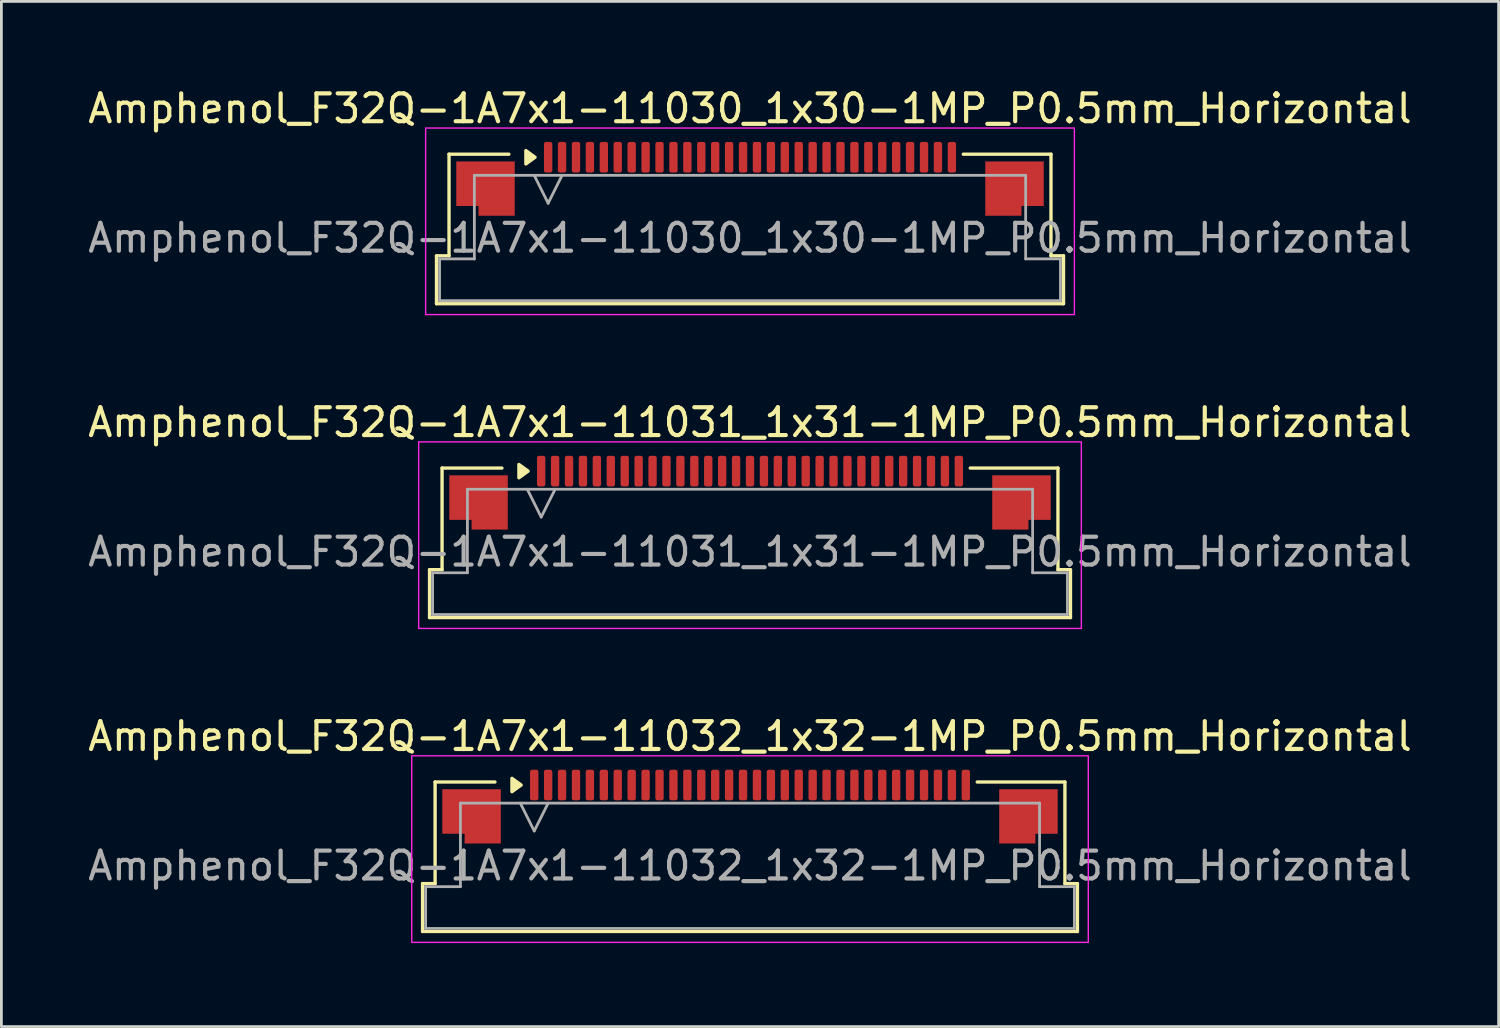
<source format=kicad_pcb>
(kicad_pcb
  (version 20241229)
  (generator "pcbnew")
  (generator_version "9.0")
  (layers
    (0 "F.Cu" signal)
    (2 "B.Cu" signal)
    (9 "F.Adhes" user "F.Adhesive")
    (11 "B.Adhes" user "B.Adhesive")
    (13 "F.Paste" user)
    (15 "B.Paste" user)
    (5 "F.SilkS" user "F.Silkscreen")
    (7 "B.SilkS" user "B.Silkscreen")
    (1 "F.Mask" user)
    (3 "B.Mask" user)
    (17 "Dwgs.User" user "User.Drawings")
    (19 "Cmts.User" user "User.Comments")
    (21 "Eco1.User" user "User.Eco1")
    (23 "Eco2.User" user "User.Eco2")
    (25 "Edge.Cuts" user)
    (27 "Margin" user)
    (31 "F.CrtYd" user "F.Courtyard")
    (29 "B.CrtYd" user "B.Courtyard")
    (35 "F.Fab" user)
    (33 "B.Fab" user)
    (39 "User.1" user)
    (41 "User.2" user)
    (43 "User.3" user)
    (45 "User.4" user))
  (footprint "Amphenol_F32Q-1A7x1-11031_1x31-1MP_P0.5mm_Horizontal"
    (layer "F.Cu")
    (at 23.887 16.771)
    (property "Reference" "Amphenol_F32Q-1A7x1-11031_1x31-1MP_P0.5mm_Horizontal" (at 0 -4.65 0) (layer "F.SilkS") (effects (font (size 1 1) (thickness 0.15))))
    (attr smd)
    (fp_line (start -11.51 0.64) (end -11.06 0.64) (stroke (width 0.12) (type solid)) (layer "F.SilkS"))
    (fp_line (start -11.51 2.36) (end -11.51 0.64) (stroke (width 0.12) (type solid)) (layer "F.SilkS"))
    (fp_line (start -11.06 -3.01) (end -8.91 -3.01) (stroke (width 0.12) (type solid)) (layer "F.SilkS"))
    (fp_line (start -11.06 0.64) (end -11.06 -3.01) (stroke (width 0.12) (type solid)) (layer "F.SilkS"))
    (fp_line (start 7.91 -3.01) (end 11.06 -3.01) (stroke (width 0.12) (type solid)) (layer "F.SilkS"))
    (fp_line (start 11.06 -3.01) (end 11.06 0.64) (stroke (width 0.12) (type solid)) (layer "F.SilkS"))
    (fp_line (start 11.06 0.64) (end 11.51 0.64) (stroke (width 0.12) (type solid)) (layer "F.SilkS"))
    (fp_line (start 11.51 0.64) (end 11.51 2.36) (stroke (width 0.12) (type solid)) (layer "F.SilkS"))
    (fp_line (start 11.51 2.36) (end -11.51 2.36) (stroke (width 0.12) (type solid)) (layer "F.SilkS"))
    (fp_poly (pts (xy -7.97 -2.9) (xy -8.3 -2.66) (xy -8.3 -3.14)) (stroke (width 0.12) (type solid)) (fill yes) (layer "F.SilkS"))
    (fp_rect (start -11.9 -3.95) (end 11.9 2.75) (stroke (width 0.05) (type solid)) (fill no) (layer "F.CrtYd"))
    (fp_line (start -11.4 0.75) (end -10.15 0.75) (stroke (width 0.1) (type solid)) (layer "F.Fab"))
    (fp_line (start -11.4 2.25) (end -11.4 0.75) (stroke (width 0.1) (type solid)) (layer "F.Fab"))
    (fp_line (start -10.15 -2.25) (end 10.15 -2.25) (stroke (width 0.1) (type solid)) (layer "F.Fab"))
    (fp_line (start -10.15 0.75) (end -10.15 -2.25) (stroke (width 0.1) (type solid)) (layer "F.Fab"))
    (fp_line (start -8 -2.25) (end -7.5 -1.25) (stroke (width 0.1) (type solid)) (layer "F.Fab"))
    (fp_line (start -7.5 -1.25) (end -7 -2.25) (stroke (width 0.1) (type solid)) (layer "F.Fab"))
    (fp_line (start 10.15 -2.25) (end 10.15 0.75) (stroke (width 0.1) (type solid)) (layer "F.Fab"))
    (fp_line (start 10.15 0.75) (end 11.4 0.75) (stroke (width 0.1) (type solid)) (layer "F.Fab"))
    (fp_line (start 11.4 0.75) (end 11.4 2.25) (stroke (width 0.1) (type solid)) (layer "F.Fab"))
    (fp_line (start 11.4 2.25) (end -11.4 2.25) (stroke (width 0.1) (type solid)) (layer "F.Fab"))
    (fp_text user "${REFERENCE}" (at 0 0 0) (layer "F.Fab") (effects (font (size 1 1) (thickness 0.15))))
    (pad "1" smd roundrect (at -7.5 -2.9) (size 0.3 1.1) (layers "F.Cu" "F.Mask" "F.Paste") (roundrect_rratio 0.25))
    (pad "2" smd roundrect (at -7 -2.9) (size 0.3 1.1) (layers "F.Cu" "F.Mask" "F.Paste") (roundrect_rratio 0.25))
    (pad "3" smd roundrect (at -6.5 -2.9) (size 0.3 1.1) (layers "F.Cu" "F.Mask" "F.Paste") (roundrect_rratio 0.25))
    (pad "4" smd roundrect (at -6 -2.9) (size 0.3 1.1) (layers "F.Cu" "F.Mask" "F.Paste") (roundrect_rratio 0.25))
    (pad "5" smd roundrect (at -5.5 -2.9) (size 0.3 1.1) (layers "F.Cu" "F.Mask" "F.Paste") (roundrect_rratio 0.25))
    (pad "6" smd roundrect (at -5 -2.9) (size 0.3 1.1) (layers "F.Cu" "F.Mask" "F.Paste") (roundrect_rratio 0.25))
    (pad "7" smd roundrect (at -4.5 -2.9) (size 0.3 1.1) (layers "F.Cu" "F.Mask" "F.Paste") (roundrect_rratio 0.25))
    (pad "8" smd roundrect (at -4 -2.9) (size 0.3 1.1) (layers "F.Cu" "F.Mask" "F.Paste") (roundrect_rratio 0.25))
    (pad "9" smd roundrect (at -3.5 -2.9) (size 0.3 1.1) (layers "F.Cu" "F.Mask" "F.Paste") (roundrect_rratio 0.25))
    (pad "10" smd roundrect (at -3 -2.9) (size 0.3 1.1) (layers "F.Cu" "F.Mask" "F.Paste") (roundrect_rratio 0.25))
    (pad "11" smd roundrect (at -2.5 -2.9) (size 0.3 1.1) (layers "F.Cu" "F.Mask" "F.Paste") (roundrect_rratio 0.25))
    (pad "12" smd roundrect (at -2 -2.9) (size 0.3 1.1) (layers "F.Cu" "F.Mask" "F.Paste") (roundrect_rratio 0.25))
    (pad "13" smd roundrect (at -1.5 -2.9) (size 0.3 1.1) (layers "F.Cu" "F.Mask" "F.Paste") (roundrect_rratio 0.25))
    (pad "14" smd roundrect (at -1 -2.9) (size 0.3 1.1) (layers "F.Cu" "F.Mask" "F.Paste") (roundrect_rratio 0.25))
    (pad "15" smd roundrect (at -0.5 -2.9) (size 0.3 1.1) (layers "F.Cu" "F.Mask" "F.Paste") (roundrect_rratio 0.25))
    (pad "16" smd roundrect (at 0 -2.9) (size 0.3 1.1) (layers "F.Cu" "F.Mask" "F.Paste") (roundrect_rratio 0.25))
    (pad "17" smd roundrect (at 0.5 -2.9) (size 0.3 1.1) (layers "F.Cu" "F.Mask" "F.Paste") (roundrect_rratio 0.25))
    (pad "18" smd roundrect (at 1 -2.9) (size 0.3 1.1) (layers "F.Cu" "F.Mask" "F.Paste") (roundrect_rratio 0.25))
    (pad "19" smd roundrect (at 1.5 -2.9) (size 0.3 1.1) (layers "F.Cu" "F.Mask" "F.Paste") (roundrect_rratio 0.25))
    (pad "20" smd roundrect (at 2 -2.9) (size 0.3 1.1) (layers "F.Cu" "F.Mask" "F.Paste") (roundrect_rratio 0.25))
    (pad "21" smd roundrect (at 2.5 -2.9) (size 0.3 1.1) (layers "F.Cu" "F.Mask" "F.Paste") (roundrect_rratio 0.25))
    (pad "22" smd roundrect (at 3 -2.9) (size 0.3 1.1) (layers "F.Cu" "F.Mask" "F.Paste") (roundrect_rratio 0.25))
    (pad "23" smd roundrect (at 3.5 -2.9) (size 0.3 1.1) (layers "F.Cu" "F.Mask" "F.Paste") (roundrect_rratio 0.25))
    (pad "24" smd roundrect (at 4 -2.9) (size 0.3 1.1) (layers "F.Cu" "F.Mask" "F.Paste") (roundrect_rratio 0.25))
    (pad "25" smd roundrect (at 4.5 -2.9) (size 0.3 1.1) (layers "F.Cu" "F.Mask" "F.Paste") (roundrect_rratio 0.25))
    (pad "26" smd roundrect (at 5 -2.9) (size 0.3 1.1) (layers "F.Cu" "F.Mask" "F.Paste") (roundrect_rratio 0.25))
    (pad "27" smd roundrect (at 5.5 -2.9) (size 0.3 1.1) (layers "F.Cu" "F.Mask" "F.Paste") (roundrect_rratio 0.25))
    (pad "28" smd roundrect (at 6 -2.9) (size 0.3 1.1) (layers "F.Cu" "F.Mask" "F.Paste") (roundrect_rratio 0.25))
    (pad "29" smd roundrect (at 6.5 -2.9) (size 0.3 1.1) (layers "F.Cu" "F.Mask" "F.Paste") (roundrect_rratio 0.25))
    (pad "30" smd roundrect (at 7 -2.9) (size 0.3 1.1) (layers "F.Cu" "F.Mask" "F.Paste") (roundrect_rratio 0.25))
    (pad "31" smd roundrect (at 7.5 -2.9) (size 0.3 1.1) (layers "F.Cu" "F.Mask" "F.Paste") (roundrect_rratio 0.25))
    (pad "MP" smd custom (at -9.75 -1.775) (size 1 1) (layers "F.Cu" "F.Mask" "F.Paste") (options (anchor circle)) (primitives (gr_poly (pts (xy 1.05 -0.975) (xy 1.05 0.975) (xy -0.25 0.975) (xy -0.25 0.625) (xy -1.05 0.625) (xy -1.05 -0.975)) (width 0) (fill yes))))
    (pad "MP" smd custom (at 9.75 -1.775) (size 1 1) (layers "F.Cu" "F.Mask" "F.Paste") (options (anchor circle)) (primitives (gr_poly (pts (xy -1.05 -0.975) (xy -1.05 0.975) (xy 0.25 0.975) (xy 0.25 0.625) (xy 1.05 0.625) (xy 1.05 -0.975)) (width 0) (fill yes)))))
  (footprint "Amphenol_F32Q-1A7x1-11030_1x30-1MP_P0.5mm_Horizontal"
    (layer "F.Cu")
    (at 23.887 5.498)
    (property "Reference" "Amphenol_F32Q-1A7x1-11030_1x30-1MP_P0.5mm_Horizontal" (at 0 -4.65 0) (layer "F.SilkS") (effects (font (size 1 1) (thickness 0.15))))
    (attr smd)
    (fp_line (start -11.26 0.64) (end -10.81 0.64) (stroke (width 0.12) (type solid)) (layer "F.SilkS"))
    (fp_line (start -11.26 2.36) (end -11.26 0.64) (stroke (width 0.12) (type solid)) (layer "F.SilkS"))
    (fp_line (start -10.81 -3.01) (end -8.66 -3.01) (stroke (width 0.12) (type solid)) (layer "F.SilkS"))
    (fp_line (start -10.81 0.64) (end -10.81 -3.01) (stroke (width 0.12) (type solid)) (layer "F.SilkS"))
    (fp_line (start 7.66 -3.01) (end 10.81 -3.01) (stroke (width 0.12) (type solid)) (layer "F.SilkS"))
    (fp_line (start 10.81 -3.01) (end 10.81 0.64) (stroke (width 0.12) (type solid)) (layer "F.SilkS"))
    (fp_line (start 10.81 0.64) (end 11.26 0.64) (stroke (width 0.12) (type solid)) (layer "F.SilkS"))
    (fp_line (start 11.26 0.64) (end 11.26 2.36) (stroke (width 0.12) (type solid)) (layer "F.SilkS"))
    (fp_line (start 11.26 2.36) (end -11.26 2.36) (stroke (width 0.12) (type solid)) (layer "F.SilkS"))
    (fp_poly (pts (xy -7.72 -2.9) (xy -8.05 -2.66) (xy -8.05 -3.14)) (stroke (width 0.12) (type solid)) (fill yes) (layer "F.SilkS"))
    (fp_rect (start -11.65 -3.95) (end 11.65 2.75) (stroke (width 0.05) (type solid)) (fill no) (layer "F.CrtYd"))
    (fp_line (start -11.15 0.75) (end -9.9 0.75) (stroke (width 0.1) (type solid)) (layer "F.Fab"))
    (fp_line (start -11.15 2.25) (end -11.15 0.75) (stroke (width 0.1) (type solid)) (layer "F.Fab"))
    (fp_line (start -9.9 -2.25) (end 9.9 -2.25) (stroke (width 0.1) (type solid)) (layer "F.Fab"))
    (fp_line (start -9.9 0.75) (end -9.9 -2.25) (stroke (width 0.1) (type solid)) (layer "F.Fab"))
    (fp_line (start -7.75 -2.25) (end -7.25 -1.25) (stroke (width 0.1) (type solid)) (layer "F.Fab"))
    (fp_line (start -7.25 -1.25) (end -6.75 -2.25) (stroke (width 0.1) (type solid)) (layer "F.Fab"))
    (fp_line (start 9.9 -2.25) (end 9.9 0.75) (stroke (width 0.1) (type solid)) (layer "F.Fab"))
    (fp_line (start 9.9 0.75) (end 11.15 0.75) (stroke (width 0.1) (type solid)) (layer "F.Fab"))
    (fp_line (start 11.15 0.75) (end 11.15 2.25) (stroke (width 0.1) (type solid)) (layer "F.Fab"))
    (fp_line (start 11.15 2.25) (end -11.15 2.25) (stroke (width 0.1) (type solid)) (layer "F.Fab"))
    (fp_text user "${REFERENCE}" (at 0 0 0) (layer "F.Fab") (effects (font (size 1 1) (thickness 0.15))))
    (pad "1" smd roundrect (at -7.25 -2.9) (size 0.3 1.1) (layers "F.Cu" "F.Mask" "F.Paste") (roundrect_rratio 0.25))
    (pad "2" smd roundrect (at -6.75 -2.9) (size 0.3 1.1) (layers "F.Cu" "F.Mask" "F.Paste") (roundrect_rratio 0.25))
    (pad "3" smd roundrect (at -6.25 -2.9) (size 0.3 1.1) (layers "F.Cu" "F.Mask" "F.Paste") (roundrect_rratio 0.25))
    (pad "4" smd roundrect (at -5.75 -2.9) (size 0.3 1.1) (layers "F.Cu" "F.Mask" "F.Paste") (roundrect_rratio 0.25))
    (pad "5" smd roundrect (at -5.25 -2.9) (size 0.3 1.1) (layers "F.Cu" "F.Mask" "F.Paste") (roundrect_rratio 0.25))
    (pad "6" smd roundrect (at -4.75 -2.9) (size 0.3 1.1) (layers "F.Cu" "F.Mask" "F.Paste") (roundrect_rratio 0.25))
    (pad "7" smd roundrect (at -4.25 -2.9) (size 0.3 1.1) (layers "F.Cu" "F.Mask" "F.Paste") (roundrect_rratio 0.25))
    (pad "8" smd roundrect (at -3.75 -2.9) (size 0.3 1.1) (layers "F.Cu" "F.Mask" "F.Paste") (roundrect_rratio 0.25))
    (pad "9" smd roundrect (at -3.25 -2.9) (size 0.3 1.1) (layers "F.Cu" "F.Mask" "F.Paste") (roundrect_rratio 0.25))
    (pad "10" smd roundrect (at -2.75 -2.9) (size 0.3 1.1) (layers "F.Cu" "F.Mask" "F.Paste") (roundrect_rratio 0.25))
    (pad "11" smd roundrect (at -2.25 -2.9) (size 0.3 1.1) (layers "F.Cu" "F.Mask" "F.Paste") (roundrect_rratio 0.25))
    (pad "12" smd roundrect (at -1.75 -2.9) (size 0.3 1.1) (layers "F.Cu" "F.Mask" "F.Paste") (roundrect_rratio 0.25))
    (pad "13" smd roundrect (at -1.25 -2.9) (size 0.3 1.1) (layers "F.Cu" "F.Mask" "F.Paste") (roundrect_rratio 0.25))
    (pad "14" smd roundrect (at -0.75 -2.9) (size 0.3 1.1) (layers "F.Cu" "F.Mask" "F.Paste") (roundrect_rratio 0.25))
    (pad "15" smd roundrect (at -0.25 -2.9) (size 0.3 1.1) (layers "F.Cu" "F.Mask" "F.Paste") (roundrect_rratio 0.25))
    (pad "16" smd roundrect (at 0.25 -2.9) (size 0.3 1.1) (layers "F.Cu" "F.Mask" "F.Paste") (roundrect_rratio 0.25))
    (pad "17" smd roundrect (at 0.75 -2.9) (size 0.3 1.1) (layers "F.Cu" "F.Mask" "F.Paste") (roundrect_rratio 0.25))
    (pad "18" smd roundrect (at 1.25 -2.9) (size 0.3 1.1) (layers "F.Cu" "F.Mask" "F.Paste") (roundrect_rratio 0.25))
    (pad "19" smd roundrect (at 1.75 -2.9) (size 0.3 1.1) (layers "F.Cu" "F.Mask" "F.Paste") (roundrect_rratio 0.25))
    (pad "20" smd roundrect (at 2.25 -2.9) (size 0.3 1.1) (layers "F.Cu" "F.Mask" "F.Paste") (roundrect_rratio 0.25))
    (pad "21" smd roundrect (at 2.75 -2.9) (size 0.3 1.1) (layers "F.Cu" "F.Mask" "F.Paste") (roundrect_rratio 0.25))
    (pad "22" smd roundrect (at 3.25 -2.9) (size 0.3 1.1) (layers "F.Cu" "F.Mask" "F.Paste") (roundrect_rratio 0.25))
    (pad "23" smd roundrect (at 3.75 -2.9) (size 0.3 1.1) (layers "F.Cu" "F.Mask" "F.Paste") (roundrect_rratio 0.25))
    (pad "24" smd roundrect (at 4.25 -2.9) (size 0.3 1.1) (layers "F.Cu" "F.Mask" "F.Paste") (roundrect_rratio 0.25))
    (pad "25" smd roundrect (at 4.75 -2.9) (size 0.3 1.1) (layers "F.Cu" "F.Mask" "F.Paste") (roundrect_rratio 0.25))
    (pad "26" smd roundrect (at 5.25 -2.9) (size 0.3 1.1) (layers "F.Cu" "F.Mask" "F.Paste") (roundrect_rratio 0.25))
    (pad "27" smd roundrect (at 5.75 -2.9) (size 0.3 1.1) (layers "F.Cu" "F.Mask" "F.Paste") (roundrect_rratio 0.25))
    (pad "28" smd roundrect (at 6.25 -2.9) (size 0.3 1.1) (layers "F.Cu" "F.Mask" "F.Paste") (roundrect_rratio 0.25))
    (pad "29" smd roundrect (at 6.75 -2.9) (size 0.3 1.1) (layers "F.Cu" "F.Mask" "F.Paste") (roundrect_rratio 0.25))
    (pad "30" smd roundrect (at 7.25 -2.9) (size 0.3 1.1) (layers "F.Cu" "F.Mask" "F.Paste") (roundrect_rratio 0.25))
    (pad "MP" smd custom (at -9.5 -1.775) (size 1 1) (layers "F.Cu" "F.Mask" "F.Paste") (options (anchor circle)) (primitives (gr_poly (pts (xy 1.05 -0.975) (xy 1.05 0.975) (xy -0.25 0.975) (xy -0.25 0.625) (xy -1.05 0.625) (xy -1.05 -0.975)) (width 0) (fill yes))))
    (pad "MP" smd custom (at 9.5 -1.775) (size 1 1) (layers "F.Cu" "F.Mask" "F.Paste") (options (anchor circle)) (primitives (gr_poly (pts (xy -1.05 -0.975) (xy -1.05 0.975) (xy 0.25 0.975) (xy 0.25 0.625) (xy 1.05 0.625) (xy 1.05 -0.975)) (width 0) (fill yes)))))
  (footprint "Amphenol_F32Q-1A7x1-11032_1x32-1MP_P0.5mm_Horizontal"
    (layer "F.Cu")
    (at 23.887 28.045)
    (property "Reference" "Amphenol_F32Q-1A7x1-11032_1x32-1MP_P0.5mm_Horizontal" (at 0 -4.65 0) (layer "F.SilkS") (effects (font (size 1 1) (thickness 0.15))))
    (attr smd)
    (fp_line (start -11.76 0.64) (end -11.31 0.64) (stroke (width 0.12) (type solid)) (layer "F.SilkS"))
    (fp_line (start -11.76 2.36) (end -11.76 0.64) (stroke (width 0.12) (type solid)) (layer "F.SilkS"))
    (fp_line (start -11.31 -3.01) (end -9.16 -3.01) (stroke (width 0.12) (type solid)) (layer "F.SilkS"))
    (fp_line (start -11.31 0.64) (end -11.31 -3.01) (stroke (width 0.12) (type solid)) (layer "F.SilkS"))
    (fp_line (start 8.16 -3.01) (end 11.31 -3.01) (stroke (width 0.12) (type solid)) (layer "F.SilkS"))
    (fp_line (start 11.31 -3.01) (end 11.31 0.64) (stroke (width 0.12) (type solid)) (layer "F.SilkS"))
    (fp_line (start 11.31 0.64) (end 11.76 0.64) (stroke (width 0.12) (type solid)) (layer "F.SilkS"))
    (fp_line (start 11.76 0.64) (end 11.76 2.36) (stroke (width 0.12) (type solid)) (layer "F.SilkS"))
    (fp_line (start 11.76 2.36) (end -11.76 2.36) (stroke (width 0.12) (type solid)) (layer "F.SilkS"))
    (fp_poly (pts (xy -8.22 -2.9) (xy -8.55 -2.66) (xy -8.55 -3.14)) (stroke (width 0.12) (type solid)) (fill yes) (layer "F.SilkS"))
    (fp_rect (start -12.15 -3.95) (end 12.15 2.75) (stroke (width 0.05) (type solid)) (fill no) (layer "F.CrtYd"))
    (fp_line (start -11.65 0.75) (end -10.4 0.75) (stroke (width 0.1) (type solid)) (layer "F.Fab"))
    (fp_line (start -11.65 2.25) (end -11.65 0.75) (stroke (width 0.1) (type solid)) (layer "F.Fab"))
    (fp_line (start -10.4 -2.25) (end 10.4 -2.25) (stroke (width 0.1) (type solid)) (layer "F.Fab"))
    (fp_line (start -10.4 0.75) (end -10.4 -2.25) (stroke (width 0.1) (type solid)) (layer "F.Fab"))
    (fp_line (start -8.25 -2.25) (end -7.75 -1.25) (stroke (width 0.1) (type solid)) (layer "F.Fab"))
    (fp_line (start -7.75 -1.25) (end -7.25 -2.25) (stroke (width 0.1) (type solid)) (layer "F.Fab"))
    (fp_line (start 10.4 -2.25) (end 10.4 0.75) (stroke (width 0.1) (type solid)) (layer "F.Fab"))
    (fp_line (start 10.4 0.75) (end 11.65 0.75) (stroke (width 0.1) (type solid)) (layer "F.Fab"))
    (fp_line (start 11.65 0.75) (end 11.65 2.25) (stroke (width 0.1) (type solid)) (layer "F.Fab"))
    (fp_line (start 11.65 2.25) (end -11.65 2.25) (stroke (width 0.1) (type solid)) (layer "F.Fab"))
    (fp_text user "${REFERENCE}" (at 0 0 0) (layer "F.Fab") (effects (font (size 1 1) (thickness 0.15))))
    (pad "1" smd roundrect (at -7.75 -2.9) (size 0.3 1.1) (layers "F.Cu" "F.Mask" "F.Paste") (roundrect_rratio 0.25))
    (pad "2" smd roundrect (at -7.25 -2.9) (size 0.3 1.1) (layers "F.Cu" "F.Mask" "F.Paste") (roundrect_rratio 0.25))
    (pad "3" smd roundrect (at -6.75 -2.9) (size 0.3 1.1) (layers "F.Cu" "F.Mask" "F.Paste") (roundrect_rratio 0.25))
    (pad "4" smd roundrect (at -6.25 -2.9) (size 0.3 1.1) (layers "F.Cu" "F.Mask" "F.Paste") (roundrect_rratio 0.25))
    (pad "5" smd roundrect (at -5.75 -2.9) (size 0.3 1.1) (layers "F.Cu" "F.Mask" "F.Paste") (roundrect_rratio 0.25))
    (pad "6" smd roundrect (at -5.25 -2.9) (size 0.3 1.1) (layers "F.Cu" "F.Mask" "F.Paste") (roundrect_rratio 0.25))
    (pad "7" smd roundrect (at -4.75 -2.9) (size 0.3 1.1) (layers "F.Cu" "F.Mask" "F.Paste") (roundrect_rratio 0.25))
    (pad "8" smd roundrect (at -4.25 -2.9) (size 0.3 1.1) (layers "F.Cu" "F.Mask" "F.Paste") (roundrect_rratio 0.25))
    (pad "9" smd roundrect (at -3.75 -2.9) (size 0.3 1.1) (layers "F.Cu" "F.Mask" "F.Paste") (roundrect_rratio 0.25))
    (pad "10" smd roundrect (at -3.25 -2.9) (size 0.3 1.1) (layers "F.Cu" "F.Mask" "F.Paste") (roundrect_rratio 0.25))
    (pad "11" smd roundrect (at -2.75 -2.9) (size 0.3 1.1) (layers "F.Cu" "F.Mask" "F.Paste") (roundrect_rratio 0.25))
    (pad "12" smd roundrect (at -2.25 -2.9) (size 0.3 1.1) (layers "F.Cu" "F.Mask" "F.Paste") (roundrect_rratio 0.25))
    (pad "13" smd roundrect (at -1.75 -2.9) (size 0.3 1.1) (layers "F.Cu" "F.Mask" "F.Paste") (roundrect_rratio 0.25))
    (pad "14" smd roundrect (at -1.25 -2.9) (size 0.3 1.1) (layers "F.Cu" "F.Mask" "F.Paste") (roundrect_rratio 0.25))
    (pad "15" smd roundrect (at -0.75 -2.9) (size 0.3 1.1) (layers "F.Cu" "F.Mask" "F.Paste") (roundrect_rratio 0.25))
    (pad "16" smd roundrect (at -0.25 -2.9) (size 0.3 1.1) (layers "F.Cu" "F.Mask" "F.Paste") (roundrect_rratio 0.25))
    (pad "17" smd roundrect (at 0.25 -2.9) (size 0.3 1.1) (layers "F.Cu" "F.Mask" "F.Paste") (roundrect_rratio 0.25))
    (pad "18" smd roundrect (at 0.75 -2.9) (size 0.3 1.1) (layers "F.Cu" "F.Mask" "F.Paste") (roundrect_rratio 0.25))
    (pad "19" smd roundrect (at 1.25 -2.9) (size 0.3 1.1) (layers "F.Cu" "F.Mask" "F.Paste") (roundrect_rratio 0.25))
    (pad "20" smd roundrect (at 1.75 -2.9) (size 0.3 1.1) (layers "F.Cu" "F.Mask" "F.Paste") (roundrect_rratio 0.25))
    (pad "21" smd roundrect (at 2.25 -2.9) (size 0.3 1.1) (layers "F.Cu" "F.Mask" "F.Paste") (roundrect_rratio 0.25))
    (pad "22" smd roundrect (at 2.75 -2.9) (size 0.3 1.1) (layers "F.Cu" "F.Mask" "F.Paste") (roundrect_rratio 0.25))
    (pad "23" smd roundrect (at 3.25 -2.9) (size 0.3 1.1) (layers "F.Cu" "F.Mask" "F.Paste") (roundrect_rratio 0.25))
    (pad "24" smd roundrect (at 3.75 -2.9) (size 0.3 1.1) (layers "F.Cu" "F.Mask" "F.Paste") (roundrect_rratio 0.25))
    (pad "25" smd roundrect (at 4.25 -2.9) (size 0.3 1.1) (layers "F.Cu" "F.Mask" "F.Paste") (roundrect_rratio 0.25))
    (pad "26" smd roundrect (at 4.75 -2.9) (size 0.3 1.1) (layers "F.Cu" "F.Mask" "F.Paste") (roundrect_rratio 0.25))
    (pad "27" smd roundrect (at 5.25 -2.9) (size 0.3 1.1) (layers "F.Cu" "F.Mask" "F.Paste") (roundrect_rratio 0.25))
    (pad "28" smd roundrect (at 5.75 -2.9) (size 0.3 1.1) (layers "F.Cu" "F.Mask" "F.Paste") (roundrect_rratio 0.25))
    (pad "29" smd roundrect (at 6.25 -2.9) (size 0.3 1.1) (layers "F.Cu" "F.Mask" "F.Paste") (roundrect_rratio 0.25))
    (pad "30" smd roundrect (at 6.75 -2.9) (size 0.3 1.1) (layers "F.Cu" "F.Mask" "F.Paste") (roundrect_rratio 0.25))
    (pad "31" smd roundrect (at 7.25 -2.9) (size 0.3 1.1) (layers "F.Cu" "F.Mask" "F.Paste") (roundrect_rratio 0.25))
    (pad "32" smd roundrect (at 7.75 -2.9) (size 0.3 1.1) (layers "F.Cu" "F.Mask" "F.Paste") (roundrect_rratio 0.25))
    (pad "MP" smd custom (at -10 -1.775) (size 1 1) (layers "F.Cu" "F.Mask" "F.Paste") (options (anchor circle)) (primitives (gr_poly (pts (xy 1.05 -0.975) (xy 1.05 0.975) (xy -0.25 0.975) (xy -0.25 0.625) (xy -1.05 0.625) (xy -1.05 -0.975)) (width 0) (fill yes))))
    (pad "MP" smd custom (at 10 -1.775) (size 1 1) (layers "F.Cu" "F.Mask" "F.Paste") (options (anchor circle)) (primitives (gr_poly (pts (xy -1.05 -0.975) (xy -1.05 0.975) (xy 0.25 0.975) (xy 0.25 0.625) (xy 1.05 0.625) (xy 1.05 -0.975)) (width 0) (fill yes)))))
  (gr_rect
    (start -3 -3)
    (end 50.774 33.82)
    (stroke (width 0.1) (type default))
    (fill no)
    (layer "Edge.Cuts")))
</source>
